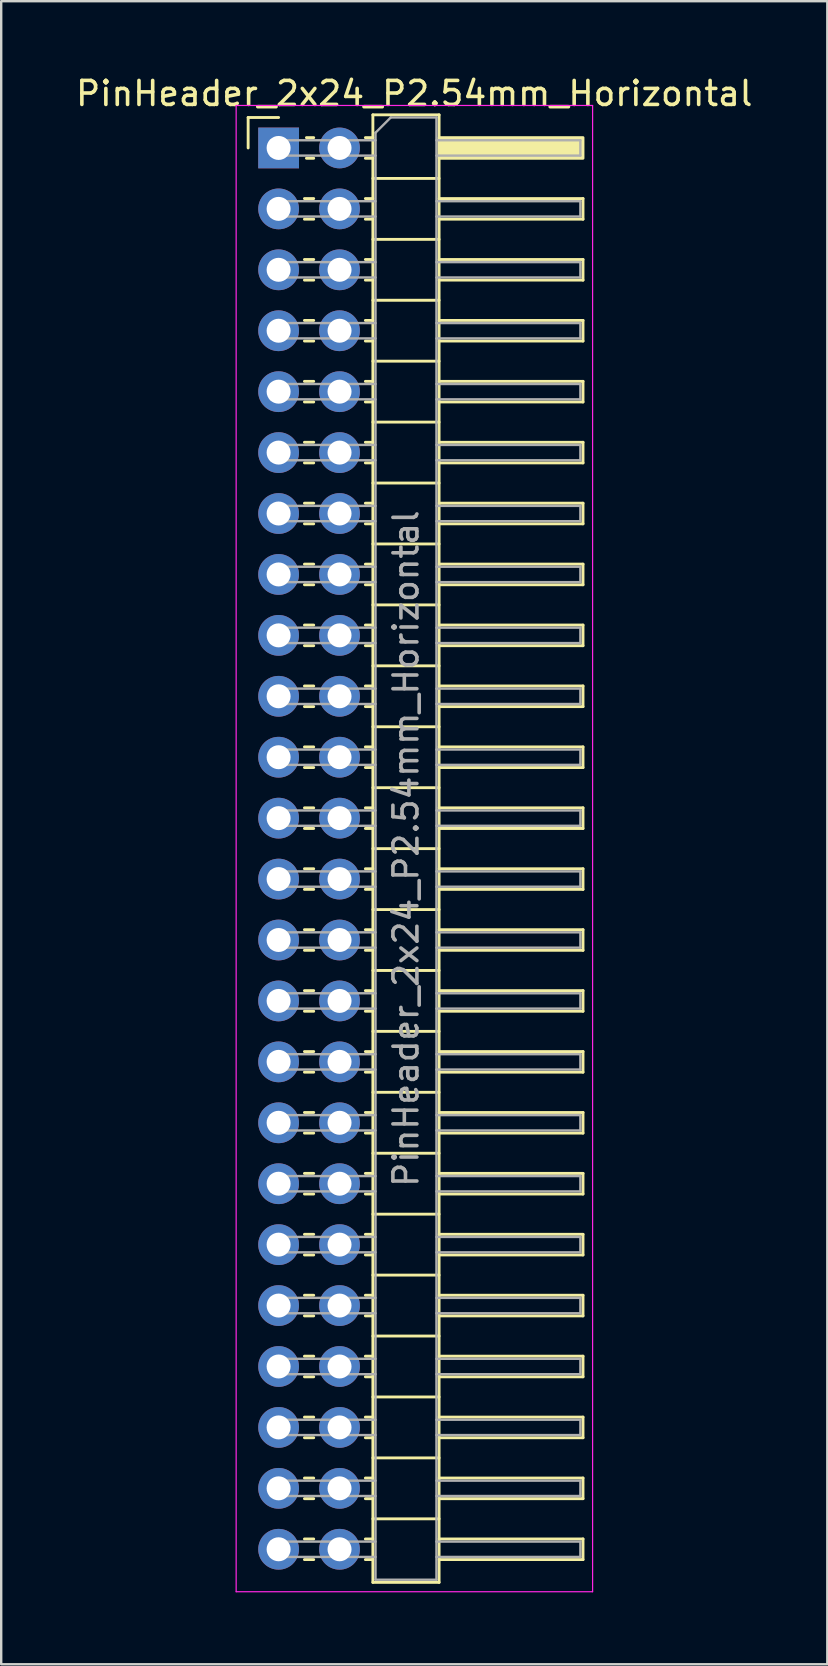
<source format=kicad_pcb>
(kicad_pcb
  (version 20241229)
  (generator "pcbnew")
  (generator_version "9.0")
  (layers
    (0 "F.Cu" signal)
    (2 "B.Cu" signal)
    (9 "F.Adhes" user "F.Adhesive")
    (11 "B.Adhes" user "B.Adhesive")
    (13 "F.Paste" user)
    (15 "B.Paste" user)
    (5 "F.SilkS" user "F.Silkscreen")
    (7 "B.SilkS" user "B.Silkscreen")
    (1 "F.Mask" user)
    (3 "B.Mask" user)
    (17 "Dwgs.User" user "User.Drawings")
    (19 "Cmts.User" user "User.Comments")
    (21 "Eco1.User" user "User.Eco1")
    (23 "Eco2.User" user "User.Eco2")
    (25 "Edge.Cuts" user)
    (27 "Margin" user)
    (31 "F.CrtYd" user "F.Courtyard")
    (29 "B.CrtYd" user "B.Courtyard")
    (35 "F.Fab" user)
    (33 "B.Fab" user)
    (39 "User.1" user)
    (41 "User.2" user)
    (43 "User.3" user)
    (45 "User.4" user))
  (footprint "PinHeader_2x24_P2.54mm_Horizontal"
    (layer "F.Cu")
    (at 8.565 3.118)
    (property "Reference" "PinHeader_2x24_P2.54mm_Horizontal" (at 5.655 -2.27 0) (layer "F.SilkS") (effects (font (size 1 1) (thickness 0.15))))
    (attr through_hole)
    (fp_line (start -1.27 -1.27) (end 0 -1.27) (stroke (width 0.12) (type solid)) (layer "F.SilkS"))
    (fp_line (start -1.27 0) (end -1.27 -1.27) (stroke (width 0.12) (type solid)) (layer "F.SilkS"))
    (fp_line (start 1.077 2.11) (end 1.463 2.11) (stroke (width 0.12) (type solid)) (layer "F.SilkS"))
    (fp_line (start 1.077 2.97) (end 1.463 2.97) (stroke (width 0.12) (type solid)) (layer "F.SilkS"))
    (fp_line (start 1.077 4.65) (end 1.463 4.65) (stroke (width 0.12) (type solid)) (layer "F.SilkS"))
    (fp_line (start 1.077 5.51) (end 1.463 5.51) (stroke (width 0.12) (type solid)) (layer "F.SilkS"))
    (fp_line (start 1.077 7.19) (end 1.463 7.19) (stroke (width 0.12) (type solid)) (layer "F.SilkS"))
    (fp_line (start 1.077 8.05) (end 1.463 8.05) (stroke (width 0.12) (type solid)) (layer "F.SilkS"))
    (fp_line (start 1.077 9.73) (end 1.463 9.73) (stroke (width 0.12) (type solid)) (layer "F.SilkS"))
    (fp_line (start 1.077 10.59) (end 1.463 10.59) (stroke (width 0.12) (type solid)) (layer "F.SilkS"))
    (fp_line (start 1.077 12.27) (end 1.463 12.27) (stroke (width 0.12) (type solid)) (layer "F.SilkS"))
    (fp_line (start 1.077 13.13) (end 1.463 13.13) (stroke (width 0.12) (type solid)) (layer "F.SilkS"))
    (fp_line (start 1.077 14.81) (end 1.463 14.81) (stroke (width 0.12) (type solid)) (layer "F.SilkS"))
    (fp_line (start 1.077 15.67) (end 1.463 15.67) (stroke (width 0.12) (type solid)) (layer "F.SilkS"))
    (fp_line (start 1.077 17.35) (end 1.463 17.35) (stroke (width 0.12) (type solid)) (layer "F.SilkS"))
    (fp_line (start 1.077 18.21) (end 1.463 18.21) (stroke (width 0.12) (type solid)) (layer "F.SilkS"))
    (fp_line (start 1.077 19.89) (end 1.463 19.89) (stroke (width 0.12) (type solid)) (layer "F.SilkS"))
    (fp_line (start 1.077 20.75) (end 1.463 20.75) (stroke (width 0.12) (type solid)) (layer "F.SilkS"))
    (fp_line (start 1.077 22.43) (end 1.463 22.43) (stroke (width 0.12) (type solid)) (layer "F.SilkS"))
    (fp_line (start 1.077 23.29) (end 1.463 23.29) (stroke (width 0.12) (type solid)) (layer "F.SilkS"))
    (fp_line (start 1.077 24.97) (end 1.463 24.97) (stroke (width 0.12) (type solid)) (layer "F.SilkS"))
    (fp_line (start 1.077 25.83) (end 1.463 25.83) (stroke (width 0.12) (type solid)) (layer "F.SilkS"))
    (fp_line (start 1.077 27.51) (end 1.463 27.51) (stroke (width 0.12) (type solid)) (layer "F.SilkS"))
    (fp_line (start 1.077 28.37) (end 1.463 28.37) (stroke (width 0.12) (type solid)) (layer "F.SilkS"))
    (fp_line (start 1.077 30.05) (end 1.463 30.05) (stroke (width 0.12) (type solid)) (layer "F.SilkS"))
    (fp_line (start 1.077 30.91) (end 1.463 30.91) (stroke (width 0.12) (type solid)) (layer "F.SilkS"))
    (fp_line (start 1.077 32.59) (end 1.463 32.59) (stroke (width 0.12) (type solid)) (layer "F.SilkS"))
    (fp_line (start 1.077 33.45) (end 1.463 33.45) (stroke (width 0.12) (type solid)) (layer "F.SilkS"))
    (fp_line (start 1.077 35.13) (end 1.463 35.13) (stroke (width 0.12) (type solid)) (layer "F.SilkS"))
    (fp_line (start 1.077 35.99) (end 1.463 35.99) (stroke (width 0.12) (type solid)) (layer "F.SilkS"))
    (fp_line (start 1.077 37.67) (end 1.463 37.67) (stroke (width 0.12) (type solid)) (layer "F.SilkS"))
    (fp_line (start 1.077 38.53) (end 1.463 38.53) (stroke (width 0.12) (type solid)) (layer "F.SilkS"))
    (fp_line (start 1.077 40.21) (end 1.463 40.21) (stroke (width 0.12) (type solid)) (layer "F.SilkS"))
    (fp_line (start 1.077 41.07) (end 1.463 41.07) (stroke (width 0.12) (type solid)) (layer "F.SilkS"))
    (fp_line (start 1.077 42.75) (end 1.463 42.75) (stroke (width 0.12) (type solid)) (layer "F.SilkS"))
    (fp_line (start 1.077 43.61) (end 1.463 43.61) (stroke (width 0.12) (type solid)) (layer "F.SilkS"))
    (fp_line (start 1.077 45.29) (end 1.463 45.29) (stroke (width 0.12) (type solid)) (layer "F.SilkS"))
    (fp_line (start 1.077 46.15) (end 1.463 46.15) (stroke (width 0.12) (type solid)) (layer "F.SilkS"))
    (fp_line (start 1.077 47.83) (end 1.463 47.83) (stroke (width 0.12) (type solid)) (layer "F.SilkS"))
    (fp_line (start 1.077 48.69) (end 1.463 48.69) (stroke (width 0.12) (type solid)) (layer "F.SilkS"))
    (fp_line (start 1.077 50.37) (end 1.463 50.37) (stroke (width 0.12) (type solid)) (layer "F.SilkS"))
    (fp_line (start 1.077 51.23) (end 1.463 51.23) (stroke (width 0.12) (type solid)) (layer "F.SilkS"))
    (fp_line (start 1.077 52.91) (end 1.463 52.91) (stroke (width 0.12) (type solid)) (layer "F.SilkS"))
    (fp_line (start 1.077 53.77) (end 1.463 53.77) (stroke (width 0.12) (type solid)) (layer "F.SilkS"))
    (fp_line (start 1.077 55.45) (end 1.463 55.45) (stroke (width 0.12) (type solid)) (layer "F.SilkS"))
    (fp_line (start 1.077 56.31) (end 1.463 56.31) (stroke (width 0.12) (type solid)) (layer "F.SilkS"))
    (fp_line (start 1.077 57.99) (end 1.463 57.99) (stroke (width 0.12) (type solid)) (layer "F.SilkS"))
    (fp_line (start 1.077 58.85) (end 1.463 58.85) (stroke (width 0.12) (type solid)) (layer "F.SilkS"))
    (fp_line (start 1.16 -0.43) (end 1.463 -0.43) (stroke (width 0.12) (type solid)) (layer "F.SilkS"))
    (fp_line (start 1.16 0.43) (end 1.463 0.43) (stroke (width 0.12) (type solid)) (layer "F.SilkS"))
    (fp_line (start 3.617 -0.43) (end 3.93 -0.43) (stroke (width 0.12) (type solid)) (layer "F.SilkS"))
    (fp_line (start 3.617 0.43) (end 3.93 0.43) (stroke (width 0.12) (type solid)) (layer "F.SilkS"))
    (fp_line (start 3.617 2.11) (end 3.93 2.11) (stroke (width 0.12) (type solid)) (layer "F.SilkS"))
    (fp_line (start 3.617 2.97) (end 3.93 2.97) (stroke (width 0.12) (type solid)) (layer "F.SilkS"))
    (fp_line (start 3.617 4.65) (end 3.93 4.65) (stroke (width 0.12) (type solid)) (layer "F.SilkS"))
    (fp_line (start 3.617 5.51) (end 3.93 5.51) (stroke (width 0.12) (type solid)) (layer "F.SilkS"))
    (fp_line (start 3.617 7.19) (end 3.93 7.19) (stroke (width 0.12) (type solid)) (layer "F.SilkS"))
    (fp_line (start 3.617 8.05) (end 3.93 8.05) (stroke (width 0.12) (type solid)) (layer "F.SilkS"))
    (fp_line (start 3.617 9.73) (end 3.93 9.73) (stroke (width 0.12) (type solid)) (layer "F.SilkS"))
    (fp_line (start 3.617 10.59) (end 3.93 10.59) (stroke (width 0.12) (type solid)) (layer "F.SilkS"))
    (fp_line (start 3.617 12.27) (end 3.93 12.27) (stroke (width 0.12) (type solid)) (layer "F.SilkS"))
    (fp_line (start 3.617 13.13) (end 3.93 13.13) (stroke (width 0.12) (type solid)) (layer "F.SilkS"))
    (fp_line (start 3.617 14.81) (end 3.93 14.81) (stroke (width 0.12) (type solid)) (layer "F.SilkS"))
    (fp_line (start 3.617 15.67) (end 3.93 15.67) (stroke (width 0.12) (type solid)) (layer "F.SilkS"))
    (fp_line (start 3.617 17.35) (end 3.93 17.35) (stroke (width 0.12) (type solid)) (layer "F.SilkS"))
    (fp_line (start 3.617 18.21) (end 3.93 18.21) (stroke (width 0.12) (type solid)) (layer "F.SilkS"))
    (fp_line (start 3.617 19.89) (end 3.93 19.89) (stroke (width 0.12) (type solid)) (layer "F.SilkS"))
    (fp_line (start 3.617 20.75) (end 3.93 20.75) (stroke (width 0.12) (type solid)) (layer "F.SilkS"))
    (fp_line (start 3.617 22.43) (end 3.93 22.43) (stroke (width 0.12) (type solid)) (layer "F.SilkS"))
    (fp_line (start 3.617 23.29) (end 3.93 23.29) (stroke (width 0.12) (type solid)) (layer "F.SilkS"))
    (fp_line (start 3.617 24.97) (end 3.93 24.97) (stroke (width 0.12) (type solid)) (layer "F.SilkS"))
    (fp_line (start 3.617 25.83) (end 3.93 25.83) (stroke (width 0.12) (type solid)) (layer "F.SilkS"))
    (fp_line (start 3.617 27.51) (end 3.93 27.51) (stroke (width 0.12) (type solid)) (layer "F.SilkS"))
    (fp_line (start 3.617 28.37) (end 3.93 28.37) (stroke (width 0.12) (type solid)) (layer "F.SilkS"))
    (fp_line (start 3.617 30.05) (end 3.93 30.05) (stroke (width 0.12) (type solid)) (layer "F.SilkS"))
    (fp_line (start 3.617 30.91) (end 3.93 30.91) (stroke (width 0.12) (type solid)) (layer "F.SilkS"))
    (fp_line (start 3.617 32.59) (end 3.93 32.59) (stroke (width 0.12) (type solid)) (layer "F.SilkS"))
    (fp_line (start 3.617 33.45) (end 3.93 33.45) (stroke (width 0.12) (type solid)) (layer "F.SilkS"))
    (fp_line (start 3.617 35.13) (end 3.93 35.13) (stroke (width 0.12) (type solid)) (layer "F.SilkS"))
    (fp_line (start 3.617 35.99) (end 3.93 35.99) (stroke (width 0.12) (type solid)) (layer "F.SilkS"))
    (fp_line (start 3.617 37.67) (end 3.93 37.67) (stroke (width 0.12) (type solid)) (layer "F.SilkS"))
    (fp_line (start 3.617 38.53) (end 3.93 38.53) (stroke (width 0.12) (type solid)) (layer "F.SilkS"))
    (fp_line (start 3.617 40.21) (end 3.93 40.21) (stroke (width 0.12) (type solid)) (layer "F.SilkS"))
    (fp_line (start 3.617 41.07) (end 3.93 41.07) (stroke (width 0.12) (type solid)) (layer "F.SilkS"))
    (fp_line (start 3.617 42.75) (end 3.93 42.75) (stroke (width 0.12) (type solid)) (layer "F.SilkS"))
    (fp_line (start 3.617 43.61) (end 3.93 43.61) (stroke (width 0.12) (type solid)) (layer "F.SilkS"))
    (fp_line (start 3.617 45.29) (end 3.93 45.29) (stroke (width 0.12) (type solid)) (layer "F.SilkS"))
    (fp_line (start 3.617 46.15) (end 3.93 46.15) (stroke (width 0.12) (type solid)) (layer "F.SilkS"))
    (fp_line (start 3.617 47.83) (end 3.93 47.83) (stroke (width 0.12) (type solid)) (layer "F.SilkS"))
    (fp_line (start 3.617 48.69) (end 3.93 48.69) (stroke (width 0.12) (type solid)) (layer "F.SilkS"))
    (fp_line (start 3.617 50.37) (end 3.93 50.37) (stroke (width 0.12) (type solid)) (layer "F.SilkS"))
    (fp_line (start 3.617 51.23) (end 3.93 51.23) (stroke (width 0.12) (type solid)) (layer "F.SilkS"))
    (fp_line (start 3.617 52.91) (end 3.93 52.91) (stroke (width 0.12) (type solid)) (layer "F.SilkS"))
    (fp_line (start 3.617 53.77) (end 3.93 53.77) (stroke (width 0.12) (type solid)) (layer "F.SilkS"))
    (fp_line (start 3.617 55.45) (end 3.93 55.45) (stroke (width 0.12) (type solid)) (layer "F.SilkS"))
    (fp_line (start 3.617 56.31) (end 3.93 56.31) (stroke (width 0.12) (type solid)) (layer "F.SilkS"))
    (fp_line (start 3.617 57.99) (end 3.93 57.99) (stroke (width 0.12) (type solid)) (layer "F.SilkS"))
    (fp_line (start 3.617 58.85) (end 3.93 58.85) (stroke (width 0.12) (type solid)) (layer "F.SilkS"))
    (fp_line (start 3.93 -1.38) (end 3.93 59.8) (stroke (width 0.12) (type solid)) (layer "F.SilkS"))
    (fp_line (start 3.93 1.27) (end 6.69 1.27) (stroke (width 0.12) (type solid)) (layer "F.SilkS"))
    (fp_line (start 3.93 3.81) (end 6.69 3.81) (stroke (width 0.12) (type solid)) (layer "F.SilkS"))
    (fp_line (start 3.93 6.35) (end 6.69 6.35) (stroke (width 0.12) (type solid)) (layer "F.SilkS"))
    (fp_line (start 3.93 8.89) (end 6.69 8.89) (stroke (width 0.12) (type solid)) (layer "F.SilkS"))
    (fp_line (start 3.93 11.43) (end 6.69 11.43) (stroke (width 0.12) (type solid)) (layer "F.SilkS"))
    (fp_line (start 3.93 13.97) (end 6.69 13.97) (stroke (width 0.12) (type solid)) (layer "F.SilkS"))
    (fp_line (start 3.93 16.51) (end 6.69 16.51) (stroke (width 0.12) (type solid)) (layer "F.SilkS"))
    (fp_line (start 3.93 19.05) (end 6.69 19.05) (stroke (width 0.12) (type solid)) (layer "F.SilkS"))
    (fp_line (start 3.93 21.59) (end 6.69 21.59) (stroke (width 0.12) (type solid)) (layer "F.SilkS"))
    (fp_line (start 3.93 24.13) (end 6.69 24.13) (stroke (width 0.12) (type solid)) (layer "F.SilkS"))
    (fp_line (start 3.93 26.67) (end 6.69 26.67) (stroke (width 0.12) (type solid)) (layer "F.SilkS"))
    (fp_line (start 3.93 29.21) (end 6.69 29.21) (stroke (width 0.12) (type solid)) (layer "F.SilkS"))
    (fp_line (start 3.93 31.75) (end 6.69 31.75) (stroke (width 0.12) (type solid)) (layer "F.SilkS"))
    (fp_line (start 3.93 34.29) (end 6.69 34.29) (stroke (width 0.12) (type solid)) (layer "F.SilkS"))
    (fp_line (start 3.93 36.83) (end 6.69 36.83) (stroke (width 0.12) (type solid)) (layer "F.SilkS"))
    (fp_line (start 3.93 39.37) (end 6.69 39.37) (stroke (width 0.12) (type solid)) (layer "F.SilkS"))
    (fp_line (start 3.93 41.91) (end 6.69 41.91) (stroke (width 0.12) (type solid)) (layer "F.SilkS"))
    (fp_line (start 3.93 44.45) (end 6.69 44.45) (stroke (width 0.12) (type solid)) (layer "F.SilkS"))
    (fp_line (start 3.93 46.99) (end 6.69 46.99) (stroke (width 0.12) (type solid)) (layer "F.SilkS"))
    (fp_line (start 3.93 49.53) (end 6.69 49.53) (stroke (width 0.12) (type solid)) (layer "F.SilkS"))
    (fp_line (start 3.93 52.07) (end 6.69 52.07) (stroke (width 0.12) (type solid)) (layer "F.SilkS"))
    (fp_line (start 3.93 54.61) (end 6.69 54.61) (stroke (width 0.12) (type solid)) (layer "F.SilkS"))
    (fp_line (start 3.93 57.15) (end 6.69 57.15) (stroke (width 0.12) (type solid)) (layer "F.SilkS"))
    (fp_line (start 3.93 59.8) (end 6.69 59.8) (stroke (width 0.12) (type solid)) (layer "F.SilkS"))
    (fp_line (start 6.69 -1.38) (end 3.93 -1.38) (stroke (width 0.12) (type solid)) (layer "F.SilkS"))
    (fp_line (start 6.69 2.11) (end 12.69 2.11) (stroke (width 0.12) (type solid)) (layer "F.SilkS"))
    (fp_line (start 6.69 4.65) (end 12.69 4.65) (stroke (width 0.12) (type solid)) (layer "F.SilkS"))
    (fp_line (start 6.69 7.19) (end 12.69 7.19) (stroke (width 0.12) (type solid)) (layer "F.SilkS"))
    (fp_line (start 6.69 9.73) (end 12.69 9.73) (stroke (width 0.12) (type solid)) (layer "F.SilkS"))
    (fp_line (start 6.69 12.27) (end 12.69 12.27) (stroke (width 0.12) (type solid)) (layer "F.SilkS"))
    (fp_line (start 6.69 14.81) (end 12.69 14.81) (stroke (width 0.12) (type solid)) (layer "F.SilkS"))
    (fp_line (start 6.69 17.35) (end 12.69 17.35) (stroke (width 0.12) (type solid)) (layer "F.SilkS"))
    (fp_line (start 6.69 19.89) (end 12.69 19.89) (stroke (width 0.12) (type solid)) (layer "F.SilkS"))
    (fp_line (start 6.69 22.43) (end 12.69 22.43) (stroke (width 0.12) (type solid)) (layer "F.SilkS"))
    (fp_line (start 6.69 24.97) (end 12.69 24.97) (stroke (width 0.12) (type solid)) (layer "F.SilkS"))
    (fp_line (start 6.69 27.51) (end 12.69 27.51) (stroke (width 0.12) (type solid)) (layer "F.SilkS"))
    (fp_line (start 6.69 30.05) (end 12.69 30.05) (stroke (width 0.12) (type solid)) (layer "F.SilkS"))
    (fp_line (start 6.69 32.59) (end 12.69 32.59) (stroke (width 0.12) (type solid)) (layer "F.SilkS"))
    (fp_line (start 6.69 35.13) (end 12.69 35.13) (stroke (width 0.12) (type solid)) (layer "F.SilkS"))
    (fp_line (start 6.69 37.67) (end 12.69 37.67) (stroke (width 0.12) (type solid)) (layer "F.SilkS"))
    (fp_line (start 6.69 40.21) (end 12.69 40.21) (stroke (width 0.12) (type solid)) (layer "F.SilkS"))
    (fp_line (start 6.69 42.75) (end 12.69 42.75) (stroke (width 0.12) (type solid)) (layer "F.SilkS"))
    (fp_line (start 6.69 45.29) (end 12.69 45.29) (stroke (width 0.12) (type solid)) (layer "F.SilkS"))
    (fp_line (start 6.69 47.83) (end 12.69 47.83) (stroke (width 0.12) (type solid)) (layer "F.SilkS"))
    (fp_line (start 6.69 50.37) (end 12.69 50.37) (stroke (width 0.12) (type solid)) (layer "F.SilkS"))
    (fp_line (start 6.69 52.91) (end 12.69 52.91) (stroke (width 0.12) (type solid)) (layer "F.SilkS"))
    (fp_line (start 6.69 55.45) (end 12.69 55.45) (stroke (width 0.12) (type solid)) (layer "F.SilkS"))
    (fp_line (start 6.69 57.99) (end 12.69 57.99) (stroke (width 0.12) (type solid)) (layer "F.SilkS"))
    (fp_line (start 6.69 59.8) (end 6.69 -1.38) (stroke (width 0.12) (type solid)) (layer "F.SilkS"))
    (fp_line (start 12.69 2.11) (end 12.69 2.97) (stroke (width 0.12) (type solid)) (layer "F.SilkS"))
    (fp_line (start 12.69 2.97) (end 6.69 2.97) (stroke (width 0.12) (type solid)) (layer "F.SilkS"))
    (fp_line (start 12.69 4.65) (end 12.69 5.51) (stroke (width 0.12) (type solid)) (layer "F.SilkS"))
    (fp_line (start 12.69 5.51) (end 6.69 5.51) (stroke (width 0.12) (type solid)) (layer "F.SilkS"))
    (fp_line (start 12.69 7.19) (end 12.69 8.05) (stroke (width 0.12) (type solid)) (layer "F.SilkS"))
    (fp_line (start 12.69 8.05) (end 6.69 8.05) (stroke (width 0.12) (type solid)) (layer "F.SilkS"))
    (fp_line (start 12.69 9.73) (end 12.69 10.59) (stroke (width 0.12) (type solid)) (layer "F.SilkS"))
    (fp_line (start 12.69 10.59) (end 6.69 10.59) (stroke (width 0.12) (type solid)) (layer "F.SilkS"))
    (fp_line (start 12.69 12.27) (end 12.69 13.13) (stroke (width 0.12) (type solid)) (layer "F.SilkS"))
    (fp_line (start 12.69 13.13) (end 6.69 13.13) (stroke (width 0.12) (type solid)) (layer "F.SilkS"))
    (fp_line (start 12.69 14.81) (end 12.69 15.67) (stroke (width 0.12) (type solid)) (layer "F.SilkS"))
    (fp_line (start 12.69 15.67) (end 6.69 15.67) (stroke (width 0.12) (type solid)) (layer "F.SilkS"))
    (fp_line (start 12.69 17.35) (end 12.69 18.21) (stroke (width 0.12) (type solid)) (layer "F.SilkS"))
    (fp_line (start 12.69 18.21) (end 6.69 18.21) (stroke (width 0.12) (type solid)) (layer "F.SilkS"))
    (fp_line (start 12.69 19.89) (end 12.69 20.75) (stroke (width 0.12) (type solid)) (layer "F.SilkS"))
    (fp_line (start 12.69 20.75) (end 6.69 20.75) (stroke (width 0.12) (type solid)) (layer "F.SilkS"))
    (fp_line (start 12.69 22.43) (end 12.69 23.29) (stroke (width 0.12) (type solid)) (layer "F.SilkS"))
    (fp_line (start 12.69 23.29) (end 6.69 23.29) (stroke (width 0.12) (type solid)) (layer "F.SilkS"))
    (fp_line (start 12.69 24.97) (end 12.69 25.83) (stroke (width 0.12) (type solid)) (layer "F.SilkS"))
    (fp_line (start 12.69 25.83) (end 6.69 25.83) (stroke (width 0.12) (type solid)) (layer "F.SilkS"))
    (fp_line (start 12.69 27.51) (end 12.69 28.37) (stroke (width 0.12) (type solid)) (layer "F.SilkS"))
    (fp_line (start 12.69 28.37) (end 6.69 28.37) (stroke (width 0.12) (type solid)) (layer "F.SilkS"))
    (fp_line (start 12.69 30.05) (end 12.69 30.91) (stroke (width 0.12) (type solid)) (layer "F.SilkS"))
    (fp_line (start 12.69 30.91) (end 6.69 30.91) (stroke (width 0.12) (type solid)) (layer "F.SilkS"))
    (fp_line (start 12.69 32.59) (end 12.69 33.45) (stroke (width 0.12) (type solid)) (layer "F.SilkS"))
    (fp_line (start 12.69 33.45) (end 6.69 33.45) (stroke (width 0.12) (type solid)) (layer "F.SilkS"))
    (fp_line (start 12.69 35.13) (end 12.69 35.99) (stroke (width 0.12) (type solid)) (layer "F.SilkS"))
    (fp_line (start 12.69 35.99) (end 6.69 35.99) (stroke (width 0.12) (type solid)) (layer "F.SilkS"))
    (fp_line (start 12.69 37.67) (end 12.69 38.53) (stroke (width 0.12) (type solid)) (layer "F.SilkS"))
    (fp_line (start 12.69 38.53) (end 6.69 38.53) (stroke (width 0.12) (type solid)) (layer "F.SilkS"))
    (fp_line (start 12.69 40.21) (end 12.69 41.07) (stroke (width 0.12) (type solid)) (layer "F.SilkS"))
    (fp_line (start 12.69 41.07) (end 6.69 41.07) (stroke (width 0.12) (type solid)) (layer "F.SilkS"))
    (fp_line (start 12.69 42.75) (end 12.69 43.61) (stroke (width 0.12) (type solid)) (layer "F.SilkS"))
    (fp_line (start 12.69 43.61) (end 6.69 43.61) (stroke (width 0.12) (type solid)) (layer "F.SilkS"))
    (fp_line (start 12.69 45.29) (end 12.69 46.15) (stroke (width 0.12) (type solid)) (layer "F.SilkS"))
    (fp_line (start 12.69 46.15) (end 6.69 46.15) (stroke (width 0.12) (type solid)) (layer "F.SilkS"))
    (fp_line (start 12.69 47.83) (end 12.69 48.69) (stroke (width 0.12) (type solid)) (layer "F.SilkS"))
    (fp_line (start 12.69 48.69) (end 6.69 48.69) (stroke (width 0.12) (type solid)) (layer "F.SilkS"))
    (fp_line (start 12.69 50.37) (end 12.69 51.23) (stroke (width 0.12) (type solid)) (layer "F.SilkS"))
    (fp_line (start 12.69 51.23) (end 6.69 51.23) (stroke (width 0.12) (type solid)) (layer "F.SilkS"))
    (fp_line (start 12.69 52.91) (end 12.69 53.77) (stroke (width 0.12) (type solid)) (layer "F.SilkS"))
    (fp_line (start 12.69 53.77) (end 6.69 53.77) (stroke (width 0.12) (type solid)) (layer "F.SilkS"))
    (fp_line (start 12.69 55.45) (end 12.69 56.31) (stroke (width 0.12) (type solid)) (layer "F.SilkS"))
    (fp_line (start 12.69 56.31) (end 6.69 56.31) (stroke (width 0.12) (type solid)) (layer "F.SilkS"))
    (fp_line (start 12.69 57.99) (end 12.69 58.85) (stroke (width 0.12) (type solid)) (layer "F.SilkS"))
    (fp_line (start 12.69 58.85) (end 6.69 58.85) (stroke (width 0.12) (type solid)) (layer "F.SilkS"))
    (fp_rect (start 6.69 -0.43) (end 12.69 0.43) (stroke (width 0.12) (type solid)) (fill yes) (layer "F.SilkS"))
    (fp_line (start -1.77 -1.77) (end -1.77 60.19) (stroke (width 0.05) (type solid)) (layer "F.CrtYd"))
    (fp_line (start -1.77 60.19) (end 13.09 60.19) (stroke (width 0.05) (type solid)) (layer "F.CrtYd"))
    (fp_line (start 13.09 -1.77) (end -1.77 -1.77) (stroke (width 0.05) (type solid)) (layer "F.CrtYd"))
    (fp_line (start 13.09 60.19) (end 13.09 -1.77) (stroke (width 0.05) (type solid)) (layer "F.CrtYd"))
    (fp_line (start -0.32 -0.32) (end -0.32 0.32) (stroke (width 0.1) (type solid)) (layer "F.Fab"))
    (fp_line (start -0.32 -0.32) (end 4.04 -0.32) (stroke (width 0.1) (type solid)) (layer "F.Fab"))
    (fp_line (start -0.32 0.32) (end 4.04 0.32) (stroke (width 0.1) (type solid)) (layer "F.Fab"))
    (fp_line (start -0.32 2.22) (end -0.32 2.86) (stroke (width 0.1) (type solid)) (layer "F.Fab"))
    (fp_line (start -0.32 2.22) (end 4.04 2.22) (stroke (width 0.1) (type solid)) (layer "F.Fab"))
    (fp_line (start -0.32 2.86) (end 4.04 2.86) (stroke (width 0.1) (type solid)) (layer "F.Fab"))
    (fp_line (start -0.32 4.76) (end -0.32 5.4) (stroke (width 0.1) (type solid)) (layer "F.Fab"))
    (fp_line (start -0.32 4.76) (end 4.04 4.76) (stroke (width 0.1) (type solid)) (layer "F.Fab"))
    (fp_line (start -0.32 5.4) (end 4.04 5.4) (stroke (width 0.1) (type solid)) (layer "F.Fab"))
    (fp_line (start -0.32 7.3) (end -0.32 7.94) (stroke (width 0.1) (type solid)) (layer "F.Fab"))
    (fp_line (start -0.32 7.3) (end 4.04 7.3) (stroke (width 0.1) (type solid)) (layer "F.Fab"))
    (fp_line (start -0.32 7.94) (end 4.04 7.94) (stroke (width 0.1) (type solid)) (layer "F.Fab"))
    (fp_line (start -0.32 9.84) (end -0.32 10.48) (stroke (width 0.1) (type solid)) (layer "F.Fab"))
    (fp_line (start -0.32 9.84) (end 4.04 9.84) (stroke (width 0.1) (type solid)) (layer "F.Fab"))
    (fp_line (start -0.32 10.48) (end 4.04 10.48) (stroke (width 0.1) (type solid)) (layer "F.Fab"))
    (fp_line (start -0.32 12.38) (end -0.32 13.02) (stroke (width 0.1) (type solid)) (layer "F.Fab"))
    (fp_line (start -0.32 12.38) (end 4.04 12.38) (stroke (width 0.1) (type solid)) (layer "F.Fab"))
    (fp_line (start -0.32 13.02) (end 4.04 13.02) (stroke (width 0.1) (type solid)) (layer "F.Fab"))
    (fp_line (start -0.32 14.92) (end -0.32 15.56) (stroke (width 0.1) (type solid)) (layer "F.Fab"))
    (fp_line (start -0.32 14.92) (end 4.04 14.92) (stroke (width 0.1) (type solid)) (layer "F.Fab"))
    (fp_line (start -0.32 15.56) (end 4.04 15.56) (stroke (width 0.1) (type solid)) (layer "F.Fab"))
    (fp_line (start -0.32 17.46) (end -0.32 18.1) (stroke (width 0.1) (type solid)) (layer "F.Fab"))
    (fp_line (start -0.32 17.46) (end 4.04 17.46) (stroke (width 0.1) (type solid)) (layer "F.Fab"))
    (fp_line (start -0.32 18.1) (end 4.04 18.1) (stroke (width 0.1) (type solid)) (layer "F.Fab"))
    (fp_line (start -0.32 20) (end -0.32 20.64) (stroke (width 0.1) (type solid)) (layer "F.Fab"))
    (fp_line (start -0.32 20) (end 4.04 20) (stroke (width 0.1) (type solid)) (layer "F.Fab"))
    (fp_line (start -0.32 20.64) (end 4.04 20.64) (stroke (width 0.1) (type solid)) (layer "F.Fab"))
    (fp_line (start -0.32 22.54) (end -0.32 23.18) (stroke (width 0.1) (type solid)) (layer "F.Fab"))
    (fp_line (start -0.32 22.54) (end 4.04 22.54) (stroke (width 0.1) (type solid)) (layer "F.Fab"))
    (fp_line (start -0.32 23.18) (end 4.04 23.18) (stroke (width 0.1) (type solid)) (layer "F.Fab"))
    (fp_line (start -0.32 25.08) (end -0.32 25.72) (stroke (width 0.1) (type solid)) (layer "F.Fab"))
    (fp_line (start -0.32 25.08) (end 4.04 25.08) (stroke (width 0.1) (type solid)) (layer "F.Fab"))
    (fp_line (start -0.32 25.72) (end 4.04 25.72) (stroke (width 0.1) (type solid)) (layer "F.Fab"))
    (fp_line (start -0.32 27.62) (end -0.32 28.26) (stroke (width 0.1) (type solid)) (layer "F.Fab"))
    (fp_line (start -0.32 27.62) (end 4.04 27.62) (stroke (width 0.1) (type solid)) (layer "F.Fab"))
    (fp_line (start -0.32 28.26) (end 4.04 28.26) (stroke (width 0.1) (type solid)) (layer "F.Fab"))
    (fp_line (start -0.32 30.16) (end -0.32 30.8) (stroke (width 0.1) (type solid)) (layer "F.Fab"))
    (fp_line (start -0.32 30.16) (end 4.04 30.16) (stroke (width 0.1) (type solid)) (layer "F.Fab"))
    (fp_line (start -0.32 30.8) (end 4.04 30.8) (stroke (width 0.1) (type solid)) (layer "F.Fab"))
    (fp_line (start -0.32 32.7) (end -0.32 33.34) (stroke (width 0.1) (type solid)) (layer "F.Fab"))
    (fp_line (start -0.32 32.7) (end 4.04 32.7) (stroke (width 0.1) (type solid)) (layer "F.Fab"))
    (fp_line (start -0.32 33.34) (end 4.04 33.34) (stroke (width 0.1) (type solid)) (layer "F.Fab"))
    (fp_line (start -0.32 35.24) (end -0.32 35.88) (stroke (width 0.1) (type solid)) (layer "F.Fab"))
    (fp_line (start -0.32 35.24) (end 4.04 35.24) (stroke (width 0.1) (type solid)) (layer "F.Fab"))
    (fp_line (start -0.32 35.88) (end 4.04 35.88) (stroke (width 0.1) (type solid)) (layer "F.Fab"))
    (fp_line (start -0.32 37.78) (end -0.32 38.42) (stroke (width 0.1) (type solid)) (layer "F.Fab"))
    (fp_line (start -0.32 37.78) (end 4.04 37.78) (stroke (width 0.1) (type solid)) (layer "F.Fab"))
    (fp_line (start -0.32 38.42) (end 4.04 38.42) (stroke (width 0.1) (type solid)) (layer "F.Fab"))
    (fp_line (start -0.32 40.32) (end -0.32 40.96) (stroke (width 0.1) (type solid)) (layer "F.Fab"))
    (fp_line (start -0.32 40.32) (end 4.04 40.32) (stroke (width 0.1) (type solid)) (layer "F.Fab"))
    (fp_line (start -0.32 40.96) (end 4.04 40.96) (stroke (width 0.1) (type solid)) (layer "F.Fab"))
    (fp_line (start -0.32 42.86) (end -0.32 43.5) (stroke (width 0.1) (type solid)) (layer "F.Fab"))
    (fp_line (start -0.32 42.86) (end 4.04 42.86) (stroke (width 0.1) (type solid)) (layer "F.Fab"))
    (fp_line (start -0.32 43.5) (end 4.04 43.5) (stroke (width 0.1) (type solid)) (layer "F.Fab"))
    (fp_line (start -0.32 45.4) (end -0.32 46.04) (stroke (width 0.1) (type solid)) (layer "F.Fab"))
    (fp_line (start -0.32 45.4) (end 4.04 45.4) (stroke (width 0.1) (type solid)) (layer "F.Fab"))
    (fp_line (start -0.32 46.04) (end 4.04 46.04) (stroke (width 0.1) (type solid)) (layer "F.Fab"))
    (fp_line (start -0.32 47.94) (end -0.32 48.58) (stroke (width 0.1) (type solid)) (layer "F.Fab"))
    (fp_line (start -0.32 47.94) (end 4.04 47.94) (stroke (width 0.1) (type solid)) (layer "F.Fab"))
    (fp_line (start -0.32 48.58) (end 4.04 48.58) (stroke (width 0.1) (type solid)) (layer "F.Fab"))
    (fp_line (start -0.32 50.48) (end -0.32 51.12) (stroke (width 0.1) (type solid)) (layer "F.Fab"))
    (fp_line (start -0.32 50.48) (end 4.04 50.48) (stroke (width 0.1) (type solid)) (layer "F.Fab"))
    (fp_line (start -0.32 51.12) (end 4.04 51.12) (stroke (width 0.1) (type solid)) (layer "F.Fab"))
    (fp_line (start -0.32 53.02) (end -0.32 53.66) (stroke (width 0.1) (type solid)) (layer "F.Fab"))
    (fp_line (start -0.32 53.02) (end 4.04 53.02) (stroke (width 0.1) (type solid)) (layer "F.Fab"))
    (fp_line (start -0.32 53.66) (end 4.04 53.66) (stroke (width 0.1) (type solid)) (layer "F.Fab"))
    (fp_line (start -0.32 55.56) (end -0.32 56.2) (stroke (width 0.1) (type solid)) (layer "F.Fab"))
    (fp_line (start -0.32 55.56) (end 4.04 55.56) (stroke (width 0.1) (type solid)) (layer "F.Fab"))
    (fp_line (start -0.32 56.2) (end 4.04 56.2) (stroke (width 0.1) (type solid)) (layer "F.Fab"))
    (fp_line (start -0.32 58.1) (end -0.32 58.74) (stroke (width 0.1) (type solid)) (layer "F.Fab"))
    (fp_line (start -0.32 58.1) (end 4.04 58.1) (stroke (width 0.1) (type solid)) (layer "F.Fab"))
    (fp_line (start -0.32 58.74) (end 4.04 58.74) (stroke (width 0.1) (type solid)) (layer "F.Fab"))
    (fp_line (start 4.04 -0.635) (end 4.675 -1.27) (stroke (width 0.1) (type solid)) (layer "F.Fab"))
    (fp_line (start 4.04 59.69) (end 4.04 -0.635) (stroke (width 0.1) (type solid)) (layer "F.Fab"))
    (fp_line (start 4.675 -1.27) (end 6.58 -1.27) (stroke (width 0.1) (type solid)) (layer "F.Fab"))
    (fp_line (start 6.58 -1.27) (end 6.58 59.69) (stroke (width 0.1) (type solid)) (layer "F.Fab"))
    (fp_line (start 6.58 -0.32) (end 12.58 -0.32) (stroke (width 0.1) (type solid)) (layer "F.Fab"))
    (fp_line (start 6.58 0.32) (end 12.58 0.32) (stroke (width 0.1) (type solid)) (layer "F.Fab"))
    (fp_line (start 6.58 2.22) (end 12.58 2.22) (stroke (width 0.1) (type solid)) (layer "F.Fab"))
    (fp_line (start 6.58 2.86) (end 12.58 2.86) (stroke (width 0.1) (type solid)) (layer "F.Fab"))
    (fp_line (start 6.58 4.76) (end 12.58 4.76) (stroke (width 0.1) (type solid)) (layer "F.Fab"))
    (fp_line (start 6.58 5.4) (end 12.58 5.4) (stroke (width 0.1) (type solid)) (layer "F.Fab"))
    (fp_line (start 6.58 7.3) (end 12.58 7.3) (stroke (width 0.1) (type solid)) (layer "F.Fab"))
    (fp_line (start 6.58 7.94) (end 12.58 7.94) (stroke (width 0.1) (type solid)) (layer "F.Fab"))
    (fp_line (start 6.58 9.84) (end 12.58 9.84) (stroke (width 0.1) (type solid)) (layer "F.Fab"))
    (fp_line (start 6.58 10.48) (end 12.58 10.48) (stroke (width 0.1) (type solid)) (layer "F.Fab"))
    (fp_line (start 6.58 12.38) (end 12.58 12.38) (stroke (width 0.1) (type solid)) (layer "F.Fab"))
    (fp_line (start 6.58 13.02) (end 12.58 13.02) (stroke (width 0.1) (type solid)) (layer "F.Fab"))
    (fp_line (start 6.58 14.92) (end 12.58 14.92) (stroke (width 0.1) (type solid)) (layer "F.Fab"))
    (fp_line (start 6.58 15.56) (end 12.58 15.56) (stroke (width 0.1) (type solid)) (layer "F.Fab"))
    (fp_line (start 6.58 17.46) (end 12.58 17.46) (stroke (width 0.1) (type solid)) (layer "F.Fab"))
    (fp_line (start 6.58 18.1) (end 12.58 18.1) (stroke (width 0.1) (type solid)) (layer "F.Fab"))
    (fp_line (start 6.58 20) (end 12.58 20) (stroke (width 0.1) (type solid)) (layer "F.Fab"))
    (fp_line (start 6.58 20.64) (end 12.58 20.64) (stroke (width 0.1) (type solid)) (layer "F.Fab"))
    (fp_line (start 6.58 22.54) (end 12.58 22.54) (stroke (width 0.1) (type solid)) (layer "F.Fab"))
    (fp_line (start 6.58 23.18) (end 12.58 23.18) (stroke (width 0.1) (type solid)) (layer "F.Fab"))
    (fp_line (start 6.58 25.08) (end 12.58 25.08) (stroke (width 0.1) (type solid)) (layer "F.Fab"))
    (fp_line (start 6.58 25.72) (end 12.58 25.72) (stroke (width 0.1) (type solid)) (layer "F.Fab"))
    (fp_line (start 6.58 27.62) (end 12.58 27.62) (stroke (width 0.1) (type solid)) (layer "F.Fab"))
    (fp_line (start 6.58 28.26) (end 12.58 28.26) (stroke (width 0.1) (type solid)) (layer "F.Fab"))
    (fp_line (start 6.58 30.16) (end 12.58 30.16) (stroke (width 0.1) (type solid)) (layer "F.Fab"))
    (fp_line (start 6.58 30.8) (end 12.58 30.8) (stroke (width 0.1) (type solid)) (layer "F.Fab"))
    (fp_line (start 6.58 32.7) (end 12.58 32.7) (stroke (width 0.1) (type solid)) (layer "F.Fab"))
    (fp_line (start 6.58 33.34) (end 12.58 33.34) (stroke (width 0.1) (type solid)) (layer "F.Fab"))
    (fp_line (start 6.58 35.24) (end 12.58 35.24) (stroke (width 0.1) (type solid)) (layer "F.Fab"))
    (fp_line (start 6.58 35.88) (end 12.58 35.88) (stroke (width 0.1) (type solid)) (layer "F.Fab"))
    (fp_line (start 6.58 37.78) (end 12.58 37.78) (stroke (width 0.1) (type solid)) (layer "F.Fab"))
    (fp_line (start 6.58 38.42) (end 12.58 38.42) (stroke (width 0.1) (type solid)) (layer "F.Fab"))
    (fp_line (start 6.58 40.32) (end 12.58 40.32) (stroke (width 0.1) (type solid)) (layer "F.Fab"))
    (fp_line (start 6.58 40.96) (end 12.58 40.96) (stroke (width 0.1) (type solid)) (layer "F.Fab"))
    (fp_line (start 6.58 42.86) (end 12.58 42.86) (stroke (width 0.1) (type solid)) (layer "F.Fab"))
    (fp_line (start 6.58 43.5) (end 12.58 43.5) (stroke (width 0.1) (type solid)) (layer "F.Fab"))
    (fp_line (start 6.58 45.4) (end 12.58 45.4) (stroke (width 0.1) (type solid)) (layer "F.Fab"))
    (fp_line (start 6.58 46.04) (end 12.58 46.04) (stroke (width 0.1) (type solid)) (layer "F.Fab"))
    (fp_line (start 6.58 47.94) (end 12.58 47.94) (stroke (width 0.1) (type solid)) (layer "F.Fab"))
    (fp_line (start 6.58 48.58) (end 12.58 48.58) (stroke (width 0.1) (type solid)) (layer "F.Fab"))
    (fp_line (start 6.58 50.48) (end 12.58 50.48) (stroke (width 0.1) (type solid)) (layer "F.Fab"))
    (fp_line (start 6.58 51.12) (end 12.58 51.12) (stroke (width 0.1) (type solid)) (layer "F.Fab"))
    (fp_line (start 6.58 53.02) (end 12.58 53.02) (stroke (width 0.1) (type solid)) (layer "F.Fab"))
    (fp_line (start 6.58 53.66) (end 12.58 53.66) (stroke (width 0.1) (type solid)) (layer "F.Fab"))
    (fp_line (start 6.58 55.56) (end 12.58 55.56) (stroke (width 0.1) (type solid)) (layer "F.Fab"))
    (fp_line (start 6.58 56.2) (end 12.58 56.2) (stroke (width 0.1) (type solid)) (layer "F.Fab"))
    (fp_line (start 6.58 58.1) (end 12.58 58.1) (stroke (width 0.1) (type solid)) (layer "F.Fab"))
    (fp_line (start 6.58 58.74) (end 12.58 58.74) (stroke (width 0.1) (type solid)) (layer "F.Fab"))
    (fp_line (start 6.58 59.69) (end 4.04 59.69) (stroke (width 0.1) (type solid)) (layer "F.Fab"))
    (fp_line (start 12.58 -0.32) (end 12.58 0.32) (stroke (width 0.1) (type solid)) (layer "F.Fab"))
    (fp_line (start 12.58 2.22) (end 12.58 2.86) (stroke (width 0.1) (type solid)) (layer "F.Fab"))
    (fp_line (start 12.58 4.76) (end 12.58 5.4) (stroke (width 0.1) (type solid)) (layer "F.Fab"))
    (fp_line (start 12.58 7.3) (end 12.58 7.94) (stroke (width 0.1) (type solid)) (layer "F.Fab"))
    (fp_line (start 12.58 9.84) (end 12.58 10.48) (stroke (width 0.1) (type solid)) (layer "F.Fab"))
    (fp_line (start 12.58 12.38) (end 12.58 13.02) (stroke (width 0.1) (type solid)) (layer "F.Fab"))
    (fp_line (start 12.58 14.92) (end 12.58 15.56) (stroke (width 0.1) (type solid)) (layer "F.Fab"))
    (fp_line (start 12.58 17.46) (end 12.58 18.1) (stroke (width 0.1) (type solid)) (layer "F.Fab"))
    (fp_line (start 12.58 20) (end 12.58 20.64) (stroke (width 0.1) (type solid)) (layer "F.Fab"))
    (fp_line (start 12.58 22.54) (end 12.58 23.18) (stroke (width 0.1) (type solid)) (layer "F.Fab"))
    (fp_line (start 12.58 25.08) (end 12.58 25.72) (stroke (width 0.1) (type solid)) (layer "F.Fab"))
    (fp_line (start 12.58 27.62) (end 12.58 28.26) (stroke (width 0.1) (type solid)) (layer "F.Fab"))
    (fp_line (start 12.58 30.16) (end 12.58 30.8) (stroke (width 0.1) (type solid)) (layer "F.Fab"))
    (fp_line (start 12.58 32.7) (end 12.58 33.34) (stroke (width 0.1) (type solid)) (layer "F.Fab"))
    (fp_line (start 12.58 35.24) (end 12.58 35.88) (stroke (width 0.1) (type solid)) (layer "F.Fab"))
    (fp_line (start 12.58 37.78) (end 12.58 38.42) (stroke (width 0.1) (type solid)) (layer "F.Fab"))
    (fp_line (start 12.58 40.32) (end 12.58 40.96) (stroke (width 0.1) (type solid)) (layer "F.Fab"))
    (fp_line (start 12.58 42.86) (end 12.58 43.5) (stroke (width 0.1) (type solid)) (layer "F.Fab"))
    (fp_line (start 12.58 45.4) (end 12.58 46.04) (stroke (width 0.1) (type solid)) (layer "F.Fab"))
    (fp_line (start 12.58 47.94) (end 12.58 48.58) (stroke (width 0.1) (type solid)) (layer "F.Fab"))
    (fp_line (start 12.58 50.48) (end 12.58 51.12) (stroke (width 0.1) (type solid)) (layer "F.Fab"))
    (fp_line (start 12.58 53.02) (end 12.58 53.66) (stroke (width 0.1) (type solid)) (layer "F.Fab"))
    (fp_line (start 12.58 55.56) (end 12.58 56.2) (stroke (width 0.1) (type solid)) (layer "F.Fab"))
    (fp_line (start 12.58 58.1) (end 12.58 58.74) (stroke (width 0.1) (type solid)) (layer "F.Fab"))
    (fp_text user "${REFERENCE}" (at 5.31 29.21 90) (layer "F.Fab") (effects (font (size 1 1) (thickness 0.15))))
    (pad "1" thru_hole rect (at 0 0) (size 1.7 1.7) (drill 1) (layers "*.Cu" "*.Mask"))
    (pad "2" thru_hole circle (at 2.54 0) (size 1.7 1.7) (drill 1) (layers "*.Cu" "*.Mask"))
    (pad "3" thru_hole circle (at 0 2.54) (size 1.7 1.7) (drill 1) (layers "*.Cu" "*.Mask"))
    (pad "4" thru_hole circle (at 2.54 2.54) (size 1.7 1.7) (drill 1) (layers "*.Cu" "*.Mask"))
    (pad "5" thru_hole circle (at 0 5.08) (size 1.7 1.7) (drill 1) (layers "*.Cu" "*.Mask"))
    (pad "6" thru_hole circle (at 2.54 5.08) (size 1.7 1.7) (drill 1) (layers "*.Cu" "*.Mask"))
    (pad "7" thru_hole circle (at 0 7.62) (size 1.7 1.7) (drill 1) (layers "*.Cu" "*.Mask"))
    (pad "8" thru_hole circle (at 2.54 7.62) (size 1.7 1.7) (drill 1) (layers "*.Cu" "*.Mask"))
    (pad "9" thru_hole circle (at 0 10.16) (size 1.7 1.7) (drill 1) (layers "*.Cu" "*.Mask"))
    (pad "10" thru_hole circle (at 2.54 10.16) (size 1.7 1.7) (drill 1) (layers "*.Cu" "*.Mask"))
    (pad "11" thru_hole circle (at 0 12.7) (size 1.7 1.7) (drill 1) (layers "*.Cu" "*.Mask"))
    (pad "12" thru_hole circle (at 2.54 12.7) (size 1.7 1.7) (drill 1) (layers "*.Cu" "*.Mask"))
    (pad "13" thru_hole circle (at 0 15.24) (size 1.7 1.7) (drill 1) (layers "*.Cu" "*.Mask"))
    (pad "14" thru_hole circle (at 2.54 15.24) (size 1.7 1.7) (drill 1) (layers "*.Cu" "*.Mask"))
    (pad "15" thru_hole circle (at 0 17.78) (size 1.7 1.7) (drill 1) (layers "*.Cu" "*.Mask"))
    (pad "16" thru_hole circle (at 2.54 17.78) (size 1.7 1.7) (drill 1) (layers "*.Cu" "*.Mask"))
    (pad "17" thru_hole circle (at 0 20.32) (size 1.7 1.7) (drill 1) (layers "*.Cu" "*.Mask"))
    (pad "18" thru_hole circle (at 2.54 20.32) (size 1.7 1.7) (drill 1) (layers "*.Cu" "*.Mask"))
    (pad "19" thru_hole circle (at 0 22.86) (size 1.7 1.7) (drill 1) (layers "*.Cu" "*.Mask"))
    (pad "20" thru_hole circle (at 2.54 22.86) (size 1.7 1.7) (drill 1) (layers "*.Cu" "*.Mask"))
    (pad "21" thru_hole circle (at 0 25.4) (size 1.7 1.7) (drill 1) (layers "*.Cu" "*.Mask"))
    (pad "22" thru_hole circle (at 2.54 25.4) (size 1.7 1.7) (drill 1) (layers "*.Cu" "*.Mask"))
    (pad "23" thru_hole circle (at 0 27.94) (size 1.7 1.7) (drill 1) (layers "*.Cu" "*.Mask"))
    (pad "24" thru_hole circle (at 2.54 27.94) (size 1.7 1.7) (drill 1) (layers "*.Cu" "*.Mask"))
    (pad "25" thru_hole circle (at 0 30.48) (size 1.7 1.7) (drill 1) (layers "*.Cu" "*.Mask"))
    (pad "26" thru_hole circle (at 2.54 30.48) (size 1.7 1.7) (drill 1) (layers "*.Cu" "*.Mask"))
    (pad "27" thru_hole circle (at 0 33.02) (size 1.7 1.7) (drill 1) (layers "*.Cu" "*.Mask"))
    (pad "28" thru_hole circle (at 2.54 33.02) (size 1.7 1.7) (drill 1) (layers "*.Cu" "*.Mask"))
    (pad "29" thru_hole circle (at 0 35.56) (size 1.7 1.7) (drill 1) (layers "*.Cu" "*.Mask"))
    (pad "30" thru_hole circle (at 2.54 35.56) (size 1.7 1.7) (drill 1) (layers "*.Cu" "*.Mask"))
    (pad "31" thru_hole circle (at 0 38.1) (size 1.7 1.7) (drill 1) (layers "*.Cu" "*.Mask"))
    (pad "32" thru_hole circle (at 2.54 38.1) (size 1.7 1.7) (drill 1) (layers "*.Cu" "*.Mask"))
    (pad "33" thru_hole circle (at 0 40.64) (size 1.7 1.7) (drill 1) (layers "*.Cu" "*.Mask"))
    (pad "34" thru_hole circle (at 2.54 40.64) (size 1.7 1.7) (drill 1) (layers "*.Cu" "*.Mask"))
    (pad "35" thru_hole circle (at 0 43.18) (size 1.7 1.7) (drill 1) (layers "*.Cu" "*.Mask"))
    (pad "36" thru_hole circle (at 2.54 43.18) (size 1.7 1.7) (drill 1) (layers "*.Cu" "*.Mask"))
    (pad "37" thru_hole circle (at 0 45.72) (size 1.7 1.7) (drill 1) (layers "*.Cu" "*.Mask"))
    (pad "38" thru_hole circle (at 2.54 45.72) (size 1.7 1.7) (drill 1) (layers "*.Cu" "*.Mask"))
    (pad "39" thru_hole circle (at 0 48.26) (size 1.7 1.7) (drill 1) (layers "*.Cu" "*.Mask"))
    (pad "40" thru_hole circle (at 2.54 48.26) (size 1.7 1.7) (drill 1) (layers "*.Cu" "*.Mask"))
    (pad "41" thru_hole circle (at 0 50.8) (size 1.7 1.7) (drill 1) (layers "*.Cu" "*.Mask"))
    (pad "42" thru_hole circle (at 2.54 50.8) (size 1.7 1.7) (drill 1) (layers "*.Cu" "*.Mask"))
    (pad "43" thru_hole circle (at 0 53.34) (size 1.7 1.7) (drill 1) (layers "*.Cu" "*.Mask"))
    (pad "44" thru_hole circle (at 2.54 53.34) (size 1.7 1.7) (drill 1) (layers "*.Cu" "*.Mask"))
    (pad "45" thru_hole circle (at 0 55.88) (size 1.7 1.7) (drill 1) (layers "*.Cu" "*.Mask"))
    (pad "46" thru_hole circle (at 2.54 55.88) (size 1.7 1.7) (drill 1) (layers "*.Cu" "*.Mask"))
    (pad "47" thru_hole circle (at 0 58.42) (size 1.7 1.7) (drill 1) (layers "*.Cu" "*.Mask"))
    (pad "48" thru_hole circle (at 2.54 58.42) (size 1.7 1.7) (drill 1) (layers "*.Cu" "*.Mask")))
  (gr_rect
    (start -3 -3)
    (end 31.44 66.333)
    (stroke (width 0.1) (type default))
    (fill no)
    (layer "Edge.Cuts")))
</source>
